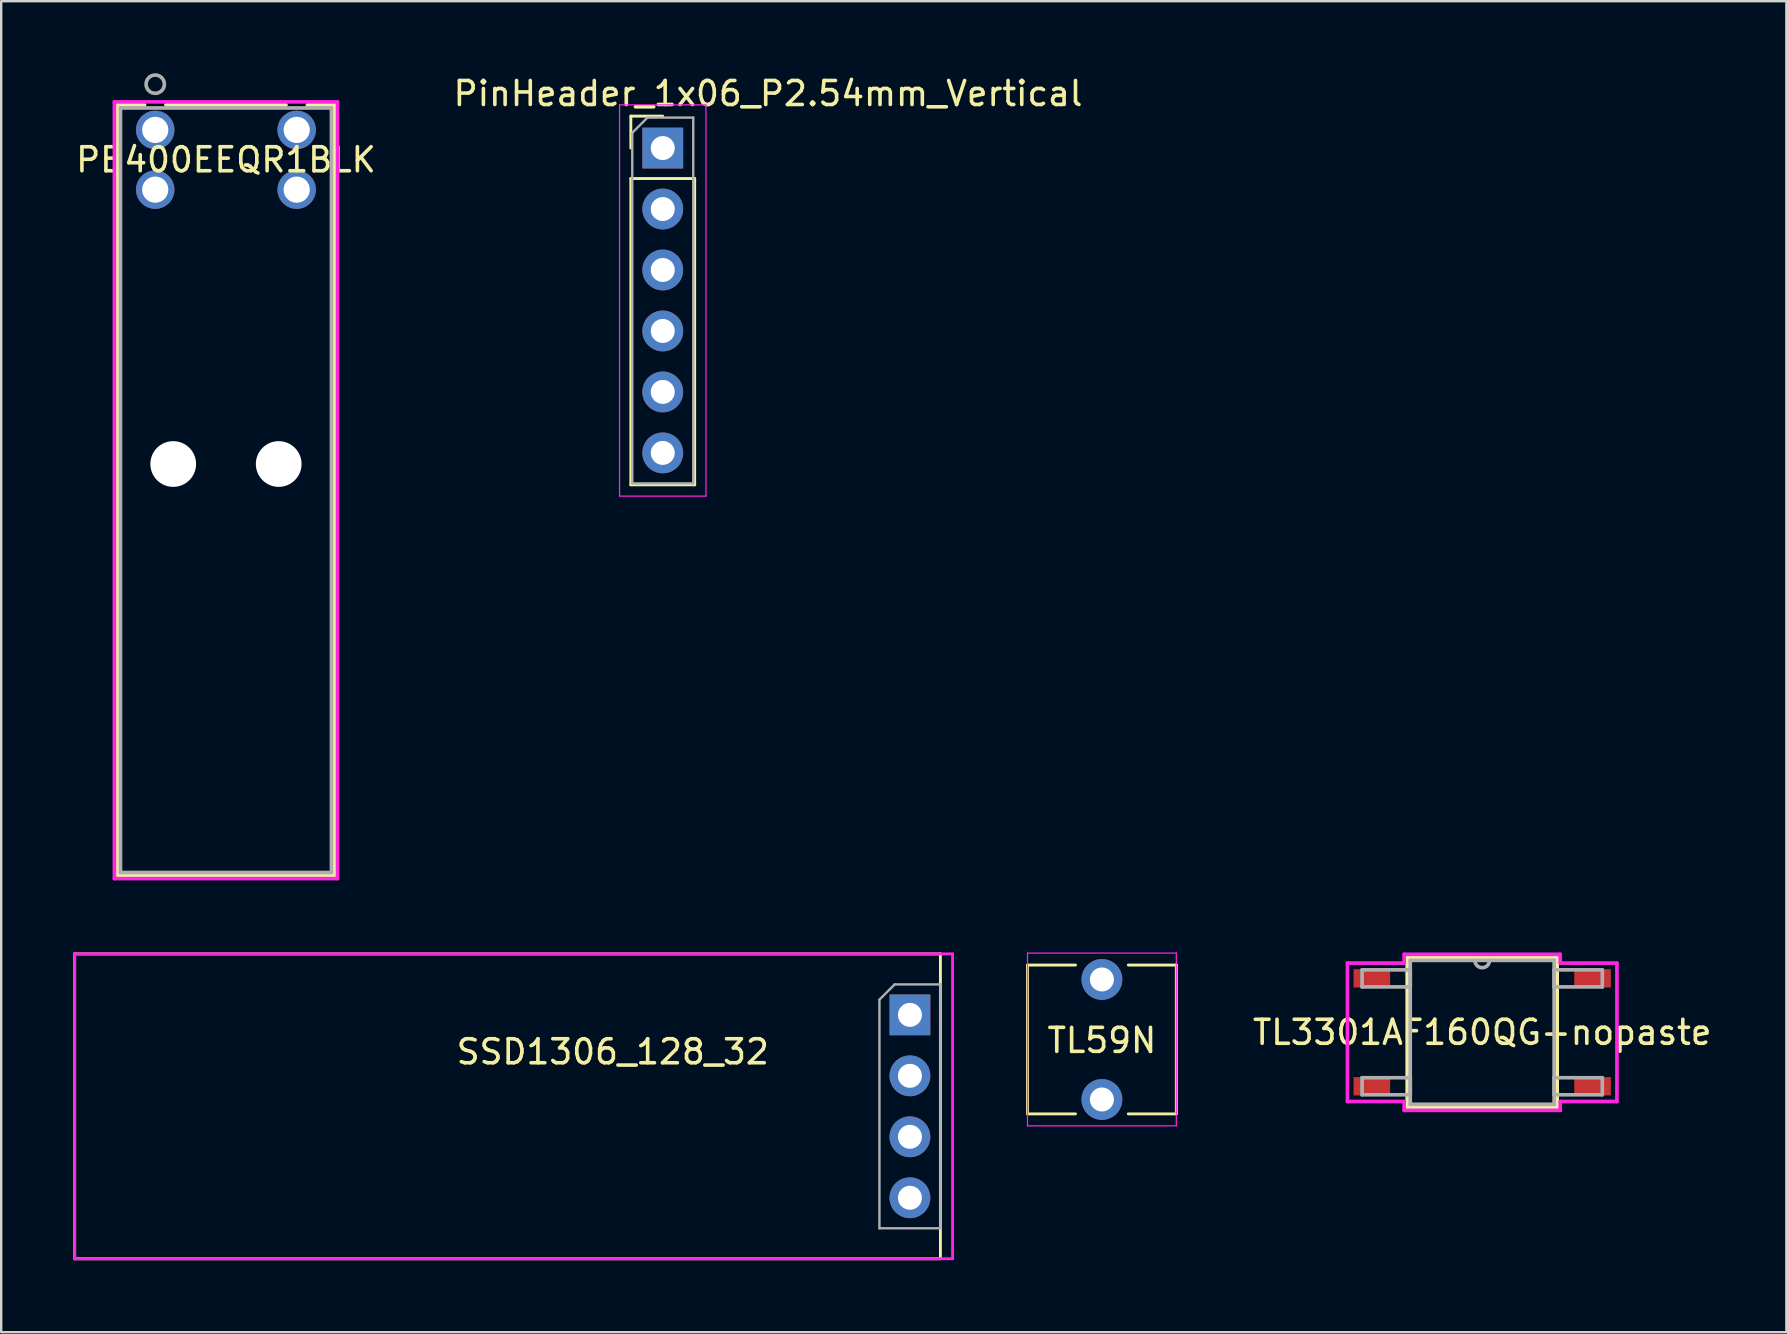
<source format=kicad_pcb>
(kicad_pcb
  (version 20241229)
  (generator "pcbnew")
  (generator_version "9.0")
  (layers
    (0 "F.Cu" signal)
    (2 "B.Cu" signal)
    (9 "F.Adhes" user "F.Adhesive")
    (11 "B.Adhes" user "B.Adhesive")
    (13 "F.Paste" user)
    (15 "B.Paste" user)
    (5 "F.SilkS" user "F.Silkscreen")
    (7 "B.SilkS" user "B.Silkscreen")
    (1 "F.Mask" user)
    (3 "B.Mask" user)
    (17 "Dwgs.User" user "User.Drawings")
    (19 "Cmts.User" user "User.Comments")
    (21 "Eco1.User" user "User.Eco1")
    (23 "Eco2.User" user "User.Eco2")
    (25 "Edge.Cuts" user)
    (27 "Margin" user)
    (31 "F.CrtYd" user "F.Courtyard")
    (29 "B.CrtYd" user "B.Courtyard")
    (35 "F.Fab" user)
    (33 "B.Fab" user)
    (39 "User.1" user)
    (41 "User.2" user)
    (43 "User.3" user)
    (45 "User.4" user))
  (footprint "PinHeader_1x06_P2.54mm_Vertical"
    (layer "F.Cu")
    (at 24.561 3.118)
    (property "Reference" "PinHeader_1x06_P2.54mm_Vertical" (at 4.385 -2.27 0) (layer "F.SilkS") (effects (font (size 1 1) (thickness 0.15))))
    (attr through_hole)
    (fp_line (start -1.33 -1.33) (end 0 -1.33) (stroke (width 0.12) (type solid)) (layer "F.SilkS"))
    (fp_line (start -1.33 0) (end -1.33 -1.33) (stroke (width 0.12) (type solid)) (layer "F.SilkS"))
    (fp_line (start -1.33 1.27) (end -1.33 14.03) (stroke (width 0.12) (type solid)) (layer "F.SilkS"))
    (fp_line (start -1.33 1.27) (end 1.33 1.27) (stroke (width 0.12) (type solid)) (layer "F.SilkS"))
    (fp_line (start -1.33 14.03) (end 1.33 14.03) (stroke (width 0.12) (type solid)) (layer "F.SilkS"))
    (fp_line (start 1.33 1.27) (end 1.33 14.03) (stroke (width 0.12) (type solid)) (layer "F.SilkS"))
    (fp_line (start -1.8 -1.8) (end -1.8 14.5) (stroke (width 0.05) (type solid)) (layer "F.CrtYd"))
    (fp_line (start -1.8 14.5) (end 1.8 14.5) (stroke (width 0.05) (type solid)) (layer "F.CrtYd"))
    (fp_line (start 1.8 -1.8) (end -1.8 -1.8) (stroke (width 0.05) (type solid)) (layer "F.CrtYd"))
    (fp_line (start 1.8 14.5) (end 1.8 -1.8) (stroke (width 0.05) (type solid)) (layer "F.CrtYd"))
    (fp_line (start -1.27 -0.635) (end -0.635 -1.27) (stroke (width 0.1) (type solid)) (layer "F.Fab"))
    (fp_line (start -1.27 13.97) (end -1.27 -0.635) (stroke (width 0.1) (type solid)) (layer "F.Fab"))
    (fp_line (start -0.635 -1.27) (end 1.27 -1.27) (stroke (width 0.1) (type solid)) (layer "F.Fab"))
    (fp_line (start 1.27 -1.27) (end 1.27 13.97) (stroke (width 0.1) (type solid)) (layer "F.Fab"))
    (fp_line (start 1.27 13.97) (end -1.27 13.97) (stroke (width 0.1) (type solid)) (layer "F.Fab"))
    (pad "1" thru_hole rect (at 0 0) (size 1.7 1.7) (drill 1) (layers "*.Cu" "*.Mask"))
    (pad "2" thru_hole oval (at 0 2.54) (size 1.7 1.7) (drill 1) (layers "*.Cu" "*.Mask"))
    (pad "3" thru_hole oval (at 0 5.08) (size 1.7 1.7) (drill 1) (layers "*.Cu" "*.Mask"))
    (pad "4" thru_hole oval (at 0 7.62) (size 1.7 1.7) (drill 1) (layers "*.Cu" "*.Mask"))
    (pad "5" thru_hole oval (at 0 10.16) (size 1.7 1.7) (drill 1) (layers "*.Cu" "*.Mask"))
    (pad "6" thru_hole oval (at 0 12.7) (size 1.7 1.7) (drill 1) (layers "*.Cu" "*.Mask")))
  (footprint "TL59N"
    (layer "F.Cu")
    (at 42.856 40.255)
    (property "Reference" "TL59N" (at 0 0.04 180) (layer "F.SilkS") (effects (font (size 1 1) (thickness 0.15))))
    (attr through_hole)
    (fp_line (start -3.1 -3.1) (end -1.1 -3.1) (stroke (width 0.12) (type solid)) (layer "F.SilkS"))
    (fp_line (start -3.1 3.1) (end -3.1 -3.1) (stroke (width 0.12) (type solid)) (layer "F.SilkS"))
    (fp_line (start -3.1 3.1) (end -1.1 3.1) (stroke (width 0.12) (type solid)) (layer "F.SilkS"))
    (fp_line (start 1.1 -3.1) (end 3.11 -3.1) (stroke (width 0.12) (type solid)) (layer "F.SilkS"))
    (fp_line (start 1.1 3.1) (end 3.1 3.1) (stroke (width 0.12) (type solid)) (layer "F.SilkS"))
    (fp_line (start 3.1 -3.1) (end 3.1 3.1) (stroke (width 0.12) (type solid)) (layer "F.SilkS"))
    (fp_line (start -3.1 -3.6) (end 3.1 -3.6) (stroke (width 0.05) (type solid)) (layer "F.CrtYd"))
    (fp_line (start -3.1 3.6) (end -3.1 -3.6) (stroke (width 0.05) (type solid)) (layer "F.CrtYd"))
    (fp_line (start 3.1 -3.6) (end 3.1 3.6) (stroke (width 0.05) (type solid)) (layer "F.CrtYd"))
    (fp_line (start 3.1 3.6) (end -3.1 3.6) (stroke (width 0.05) (type solid)) (layer "F.CrtYd"))
    (pad "1" thru_hole circle (at 0 2.5) (size 1.7 1.7) (drill 1) (layers "*.Cu" "*.Mask"))
    (pad "2" thru_hole circle (at 0 -2.5) (size 1.7 1.7) (drill 1) (layers "*.Cu" "*.Mask")))
  (footprint "PB400EEQR1BLK"
    (layer "F.Cu")
    (at 3.417 2.362)
    (property "Reference" "PB400EEQR1BLK" (at 2.946 1.245 0) (layer "F.SilkS") (effects (font (size 1 1) (thickness 0.15))))
    (attr through_hole)
    (fp_line (start -1.575 -1.041) (end -1.575 31.064) (stroke (width 0.152) (type solid)) (layer "F.SilkS"))
    (fp_line (start -1.575 31.064) (end 7.468 31.064) (stroke (width 0.152) (type solid)) (layer "F.SilkS"))
    (fp_line (start -0.446 -1.041) (end -1.575 -1.041) (stroke (width 0.152) (type solid)) (layer "F.SilkS"))
    (fp_line (start 5.447 -1.041) (end 0.446 -1.041) (stroke (width 0.152) (type solid)) (layer "F.SilkS"))
    (fp_line (start 7.468 -1.041) (end 6.339 -1.041) (stroke (width 0.152) (type solid)) (layer "F.SilkS"))
    (fp_line (start 7.468 31.064) (end 7.468 -1.041) (stroke (width 0.152) (type solid)) (layer "F.SilkS"))
    (fp_line (start -1.702 -1.168) (end -1.702 31.191) (stroke (width 0.152) (type solid)) (layer "F.CrtYd"))
    (fp_line (start -1.702 31.191) (end 7.595 31.191) (stroke (width 0.152) (type solid)) (layer "F.CrtYd"))
    (fp_line (start 7.595 -1.168) (end -1.702 -1.168) (stroke (width 0.152) (type solid)) (layer "F.CrtYd"))
    (fp_line (start 7.595 31.191) (end 7.595 -1.168) (stroke (width 0.152) (type solid)) (layer "F.CrtYd"))
    (fp_line (start -1.448 -0.914) (end -1.448 30.937) (stroke (width 0.152) (type solid)) (layer "F.Fab"))
    (fp_line (start -1.448 30.937) (end 7.341 30.937) (stroke (width 0.152) (type solid)) (layer "F.Fab"))
    (fp_line (start 7.341 -0.914) (end -1.448 -0.914) (stroke (width 0.152) (type solid)) (layer "F.Fab"))
    (fp_line (start 7.341 30.937) (end 7.341 -0.914) (stroke (width 0.152) (type solid)) (layer "F.Fab"))
    (fp_circle (center 0 -1.905) (end 0.381 -1.905) (stroke (width 0.152) (type solid)) (fill no) (layer "F.Fab"))
    (pad "" np_thru_hole circle (at 0.749 13.919) (size 1.905 1.905) (drill 1.905) (layers "*.Cu" "*.Mask"))
    (pad "" np_thru_hole circle (at 5.144 13.919) (size 1.905 1.905) (drill 1.905) (layers "*.Cu" "*.Mask"))
    (pad "1" thru_hole circle (at 0 0) (size 1.6 1.6) (drill 1.092) (layers "*.Cu" "*.Mask"))
    (pad "2" thru_hole circle (at 0 2.489) (size 1.6 1.6) (drill 1.092) (layers "*.Cu" "*.Mask"))
    (pad "3" thru_hole circle (at 5.893 0) (size 1.6 1.6) (drill 1.092) (layers "*.Cu" "*.Mask"))
    (pad "4" thru_hole circle (at 5.893 2.489) (size 1.6 1.6) (drill 1.092) (layers "*.Cu" "*.Mask")))
  (footprint "TL3301AF160QG-nopaste"
    (layer "F.Cu")
    (at 58.699 39.957)
    (property "Reference" "TL3301AF160QG-nopaste" (at 0 0 0) (layer "F.SilkS") (effects (font (size 1 1) (thickness 0.15))))
    (attr smd)
    (fp_line (start -3.124 -3.124) (end -3.124 3.124) (stroke (width 0.152) (type solid)) (layer "F.SilkS"))
    (fp_line (start -3.124 3.124) (end 3.124 3.124) (stroke (width 0.152) (type solid)) (layer "F.SilkS"))
    (fp_line (start 3.124 -3.124) (end -3.124 -3.124) (stroke (width 0.152) (type solid)) (layer "F.SilkS"))
    (fp_line (start 3.124 3.124) (end 3.124 -3.124) (stroke (width 0.152) (type solid)) (layer "F.SilkS"))
    (fp_line (start -5.613 -2.883) (end -3.251 -2.883) (stroke (width 0.152) (type solid)) (layer "F.CrtYd"))
    (fp_line (start -5.613 2.883) (end -5.613 -2.883) (stroke (width 0.152) (type solid)) (layer "F.CrtYd"))
    (fp_line (start -3.251 -3.251) (end 3.251 -3.251) (stroke (width 0.152) (type solid)) (layer "F.CrtYd"))
    (fp_line (start -3.251 -2.883) (end -3.251 -3.251) (stroke (width 0.152) (type solid)) (layer "F.CrtYd"))
    (fp_line (start -3.251 2.883) (end -5.613 2.883) (stroke (width 0.152) (type solid)) (layer "F.CrtYd"))
    (fp_line (start -3.251 3.251) (end -3.251 2.883) (stroke (width 0.152) (type solid)) (layer "F.CrtYd"))
    (fp_line (start 3.251 -3.251) (end 3.251 -2.883) (stroke (width 0.152) (type solid)) (layer "F.CrtYd"))
    (fp_line (start 3.251 -2.883) (end 5.613 -2.883) (stroke (width 0.152) (type solid)) (layer "F.CrtYd"))
    (fp_line (start 3.251 2.883) (end 3.251 3.251) (stroke (width 0.152) (type solid)) (layer "F.CrtYd"))
    (fp_line (start 3.251 3.251) (end -3.251 3.251) (stroke (width 0.152) (type solid)) (layer "F.CrtYd"))
    (fp_line (start 5.613 -2.883) (end 5.613 2.883) (stroke (width 0.152) (type solid)) (layer "F.CrtYd"))
    (fp_line (start 5.613 2.883) (end 3.251 2.883) (stroke (width 0.152) (type solid)) (layer "F.CrtYd"))
    (fp_line (start -5.004 -2.603) (end -5.004 -1.892) (stroke (width 0.152) (type solid)) (layer "F.Fab"))
    (fp_line (start -5.004 -1.892) (end -2.997 -1.892) (stroke (width 0.152) (type solid)) (layer "F.Fab"))
    (fp_line (start -5.004 1.892) (end -5.004 2.603) (stroke (width 0.152) (type solid)) (layer "F.Fab"))
    (fp_line (start -5.004 2.603) (end -2.997 2.603) (stroke (width 0.152) (type solid)) (layer "F.Fab"))
    (fp_line (start -2.997 -2.997) (end -2.997 2.997) (stroke (width 0.152) (type solid)) (layer "F.Fab"))
    (fp_line (start -2.997 -2.603) (end -5.004 -2.603) (stroke (width 0.152) (type solid)) (layer "F.Fab"))
    (fp_line (start -2.997 -1.892) (end -2.997 -2.603) (stroke (width 0.152) (type solid)) (layer "F.Fab"))
    (fp_line (start -2.997 1.892) (end -5.004 1.892) (stroke (width 0.152) (type solid)) (layer "F.Fab"))
    (fp_line (start -2.997 2.603) (end -2.997 1.892) (stroke (width 0.152) (type solid)) (layer "F.Fab"))
    (fp_line (start -2.997 2.997) (end 2.997 2.997) (stroke (width 0.152) (type solid)) (layer "F.Fab"))
    (fp_line (start 2.997 -2.997) (end -2.997 -2.997) (stroke (width 0.152) (type solid)) (layer "F.Fab"))
    (fp_line (start 2.997 -2.603) (end 2.997 -1.892) (stroke (width 0.152) (type solid)) (layer "F.Fab"))
    (fp_line (start 2.997 -1.892) (end 5.004 -1.892) (stroke (width 0.152) (type solid)) (layer "F.Fab"))
    (fp_line (start 2.997 1.892) (end 2.997 2.603) (stroke (width 0.152) (type solid)) (layer "F.Fab"))
    (fp_line (start 2.997 2.603) (end 5.004 2.603) (stroke (width 0.152) (type solid)) (layer "F.Fab"))
    (fp_line (start 2.997 2.997) (end 2.997 -2.997) (stroke (width 0.152) (type solid)) (layer "F.Fab"))
    (fp_line (start 5.004 -2.603) (end 2.997 -2.603) (stroke (width 0.152) (type solid)) (layer "F.Fab"))
    (fp_line (start 5.004 -1.892) (end 5.004 -2.603) (stroke (width 0.152) (type solid)) (layer "F.Fab"))
    (fp_line (start 5.004 1.892) (end 2.997 1.892) (stroke (width 0.152) (type solid)) (layer "F.Fab"))
    (fp_line (start 5.004 2.603) (end 5.004 1.892) (stroke (width 0.152) (type solid)) (layer "F.Fab"))
    (fp_arc (start 0.3048 -2.9972) (mid 0 -2.6924) (end -0.3048 -2.9972) (stroke (width 0.1524) (type solid)) (layer "F.Fab"))
    (pad "1" smd rect (at -4.597 2.248) (size 1.524 0.762) (layers "F.Cu" "F.Mask"))
    (pad "2" smd rect (at 4.597 2.248) (size 1.524 0.762) (layers "F.Cu" "F.Mask"))
    (pad "3" smd rect (at -4.597 -2.248) (size 1.524 0.762) (layers "F.Cu" "F.Mask"))
    (pad "4" smd rect (at 4.597 -2.248) (size 1.524 0.762) (layers "F.Cu" "F.Mask")))
  (footprint "SSD1306_128_32"
    (layer "F.Cu")
    (at 18.094 43.04)
    (property "Reference" "SSD1306_128_32" (at 4.385 -2.27 0) (layer "F.SilkS") (effects (font (size 1 1) (thickness 0.15))))
    (attr through_hole)
    (fp_line (start -18.034 -6.35) (end -18.034 6.35) (stroke (width 0.12) (type solid)) (layer "F.SilkS"))
    (fp_line (start -18.034 -6.35) (end 18.034 -6.35) (stroke (width 0.12) (type solid)) (layer "F.SilkS"))
    (fp_line (start 18.034 -6.35) (end 18.034 6.35) (stroke (width 0.12) (type solid)) (layer "F.SilkS"))
    (fp_line (start 18.034 6.35) (end -18.034 6.35) (stroke (width 0.12) (type solid)) (layer "F.SilkS"))
    (fp_line (start -18.034 -6.35) (end -18.034 6.35) (stroke (width 0.12) (type solid)) (layer "F.CrtYd"))
    (fp_line (start -18.034 6.35) (end 18.542 6.35) (stroke (width 0.12) (type solid)) (layer "F.CrtYd"))
    (fp_line (start 18.542 -6.35) (end -18.034 -6.35) (stroke (width 0.12) (type solid)) (layer "F.CrtYd"))
    (fp_line (start 18.542 6.35) (end 18.542 -6.35) (stroke (width 0.12) (type solid)) (layer "F.CrtYd"))
    (fp_line (start 15.494 -4.445) (end 16.129 -5.08) (stroke (width 0.1) (type solid)) (layer "F.Fab"))
    (fp_line (start 15.494 5.08) (end 15.494 -4.445) (stroke (width 0.1) (type solid)) (layer "F.Fab"))
    (fp_line (start 16.129 -5.08) (end 18.034 -5.08) (stroke (width 0.1) (type solid)) (layer "F.Fab"))
    (fp_line (start 18.034 -5.08) (end 18.034 5.08) (stroke (width 0.1) (type solid)) (layer "F.Fab"))
    (fp_line (start 18.034 5.08) (end 15.494 5.08) (stroke (width 0.1) (type solid)) (layer "F.Fab"))
    (pad "1" thru_hole rect (at 16.764 -3.81) (size 1.7 1.7) (drill 1) (layers "*.Cu" "*.Mask"))
    (pad "2" thru_hole oval (at 16.764 -1.27) (size 1.7 1.7) (drill 1) (layers "*.Cu" "*.Mask"))
    (pad "3" thru_hole oval (at 16.764 1.27) (size 1.7 1.7) (drill 1) (layers "*.Cu" "*.Mask"))
    (pad "4" thru_hole oval (at 16.764 3.81) (size 1.7 1.7) (drill 1) (layers "*.Cu" "*.Mask")))
  (gr_rect
    (start -3 -3)
    (end 71.371 52.45)
    (stroke (width 0.1) (type default))
    (fill no)
    (layer "Edge.Cuts")))
</source>
